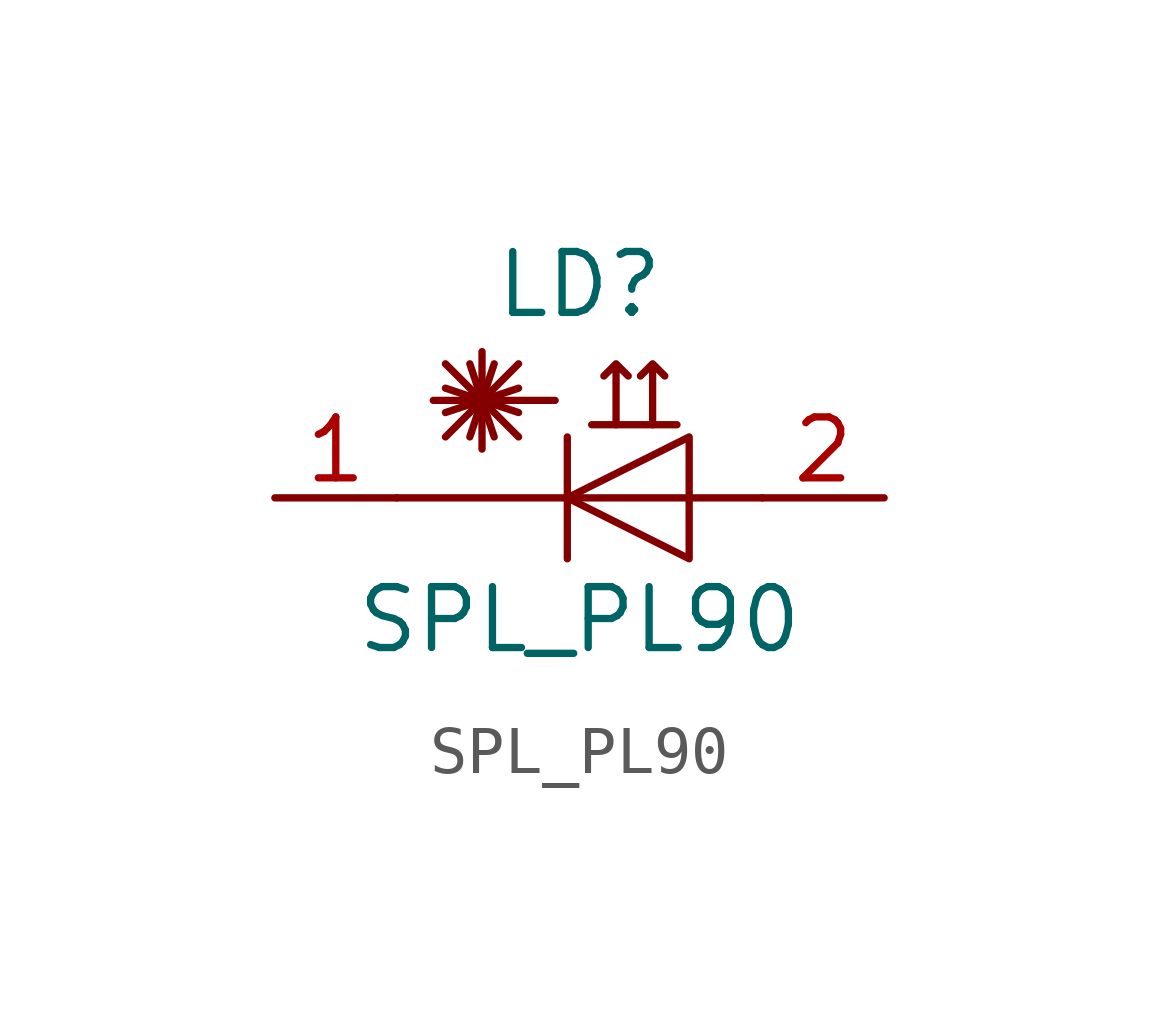
<source format=kicad_sym>
(kicad_symbol_lib
  (version 20231120)
  (generator "kicad_symbol_editor")
  (generator_version "8.0")
  (symbol "SPL_PL90"
    (pin_names
      (offset 1.016) hide)
    (property "Reference" "LD"
      (at -1.27 4.445 0)
      (effects (font (size 1.27 1.27))))
    (property "Value" "SPL_PL90"
      (at -1.27 -2.54 0)
      (effects (font (size 1.27 1.27))))
    (symbol "SPL_PL90_0_1"
      (polyline (pts (xy -4.064 1.27) (xy -2.54 2.794)) (stroke (width 0) (type default)) (fill (type none)))
      (polyline (pts (xy -4.064 1.778) (xy -2.54 2.286)) (stroke (width 0) (type default)) (fill (type none)))
      (polyline (pts (xy -4.064 2.286) (xy -2.54 1.778)) (stroke (width 0) (type default)) (fill (type none)))
      (polyline (pts (xy -4.064 2.794) (xy -2.54 1.27)) (stroke (width 0) (type default)) (fill (type none)))
      (polyline (pts (xy -3.556 2.794) (xy -3.048 1.27)) (stroke (width 0) (type default)) (fill (type none)))
      (polyline (pts (xy -3.302 2.032) (xy -3.302 1.016)) (stroke (width 0) (type default)) (fill (type none)))
      (polyline (pts (xy -3.302 2.032) (xy -3.302 3.048)) (stroke (width 0) (type default)) (fill (type none)))
      (polyline (pts (xy -3.048 2.794) (xy -3.556 1.27)) (stroke (width 0) (type default)) (fill (type none)))
      (polyline (pts (xy -1.778 2.032) (xy -4.318 2.032)) (stroke (width 0) (type default)) (fill (type none)))
      (polyline (pts (xy -1.524 1.27) (xy -1.524 -1.27)) (stroke (width 0.152) (type default)) (fill (type none)))
      (polyline (pts (xy -1.016 1.524) (xy 0.762 1.524)) (stroke (width 0) (type default)) (fill (type none)))
      (polyline (pts (xy 2.54 0) (xy -5.08 0)) (stroke (width 0) (type default)) (fill (type none)))
      (polyline (pts (xy -0.508 1.524) (xy -0.508 2.794) (xy -0.254 2.54) (xy -0.508 2.794) (xy -0.762 2.54)) (stroke (width 0) (type default)) (fill (type none)))
      (polyline (pts (xy 0.254 1.524) (xy 0.254 2.794) (xy 0.508 2.54) (xy 0.254 2.794) (xy 0 2.54)) (stroke (width 0) (type default)) (fill (type none))))
    (symbol "SPL_PL90_1_1"
      (polyline (pts (xy 1.016 -1.27) (xy 1.016 1.27) (xy -1.524 0) (xy 1.016 -1.27)) (stroke (width 0) (type default)) (fill (type none)))
      (pin passive line (at -7.62 0 0) (length 2.54) (name "C" (effects (font (size 1.27 1.27)))) (number "1" (effects (font (size 1.27 1.27)))))
      (pin passive line (at 5.08 0 180) (length 2.54) (name "A" (effects (font (size 1.27 1.27)))) (number "2" (effects (font (size 1.27 1.27))))))))
</source>
